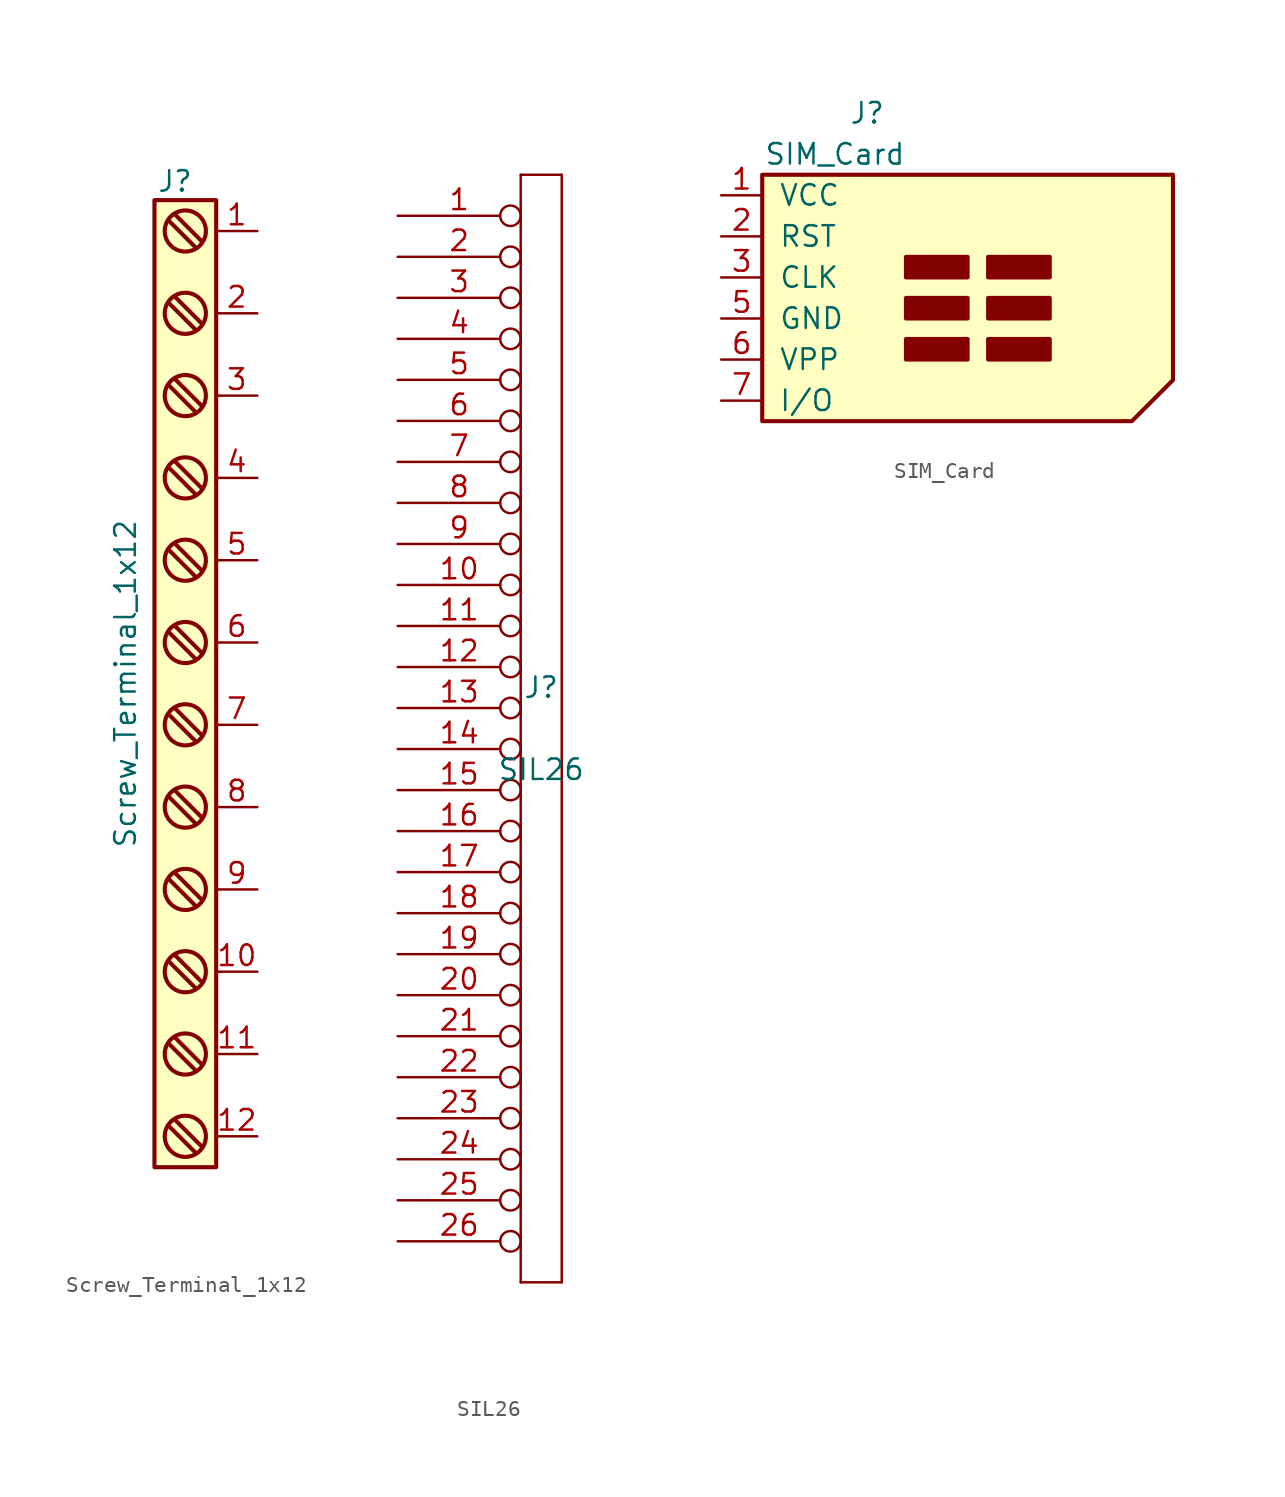
<source format=kicad_sym>
(kicad_symbol_lib
  (version 20211014)
  (generator kicad_symbol_editor)
  (symbol "Screw_Terminal_1x12"
    (pin_names
      (offset 0.762) hide)
    (property "Reference" "J"
      (at 0 31.75 0)
      (effects (font (size 1.27 1.27)) (justify top)))
    (property "Value" "Screw_Terminal_1x12"
      (at -3.81 0 90)
      (effects (font (size 1.27 1.27)) (justify top)))
    (symbol "Screw_Terminal_1x12_0_1"
      (rectangle (start -1.27 -29.845) (end 2.54 29.845) (stroke (width 0.254) (type default) (color 0 0 0 0)) (fill (type background)))
      (polyline (pts (xy -0.381 -17.145) (xy 1.27 -18.796)) (stroke (width 0.254) (type default) (color 0 0 0 0)) (fill (type none)))
      (polyline (pts (xy -0.381 -6.985) (xy 1.27 -8.636)) (stroke (width 0.254) (type default) (color 0 0 0 0)) (fill (type none)))
      (polyline (pts (xy -0.381 3.175) (xy 1.27 1.524)) (stroke (width 0.254) (type default) (color 0 0 0 0)) (fill (type none)))
      (polyline (pts (xy -0.381 13.335) (xy 1.27 11.684)) (stroke (width 0.254) (type default) (color 0 0 0 0)) (fill (type none)))
      (polyline (pts (xy -0.381 23.495) (xy 1.27 21.844)) (stroke (width 0.254) (type default) (color 0 0 0 0)) (fill (type none)))
      (polyline (pts (xy 0 -26.924) (xy 1.651 -28.575)) (stroke (width 0.254) (type default) (color 0 0 0 0)) (fill (type none)))
      (polyline (pts (xy 0 -21.844) (xy 1.651 -23.495)) (stroke (width 0.254) (type default) (color 0 0 0 0)) (fill (type none)))
      (polyline (pts (xy 0 -11.684) (xy 1.651 -13.335)) (stroke (width 0.254) (type default) (color 0 0 0 0)) (fill (type none)))
      (polyline (pts (xy 0 -1.524) (xy 1.651 -3.175)) (stroke (width 0.254) (type default) (color 0 0 0 0)) (fill (type none)))
      (polyline (pts (xy 0 8.636) (xy 1.651 6.985)) (stroke (width 0.254) (type default) (color 0 0 0 0)) (fill (type none)))
      (polyline (pts (xy 0 18.796) (xy 1.651 17.145)) (stroke (width 0.254) (type default) (color 0 0 0 0)) (fill (type none)))
      (polyline (pts (xy 0 28.956) (xy 1.651 27.305)) (stroke (width 0.254) (type default) (color 0 0 0 0)) (fill (type none)))
      (polyline (pts (xy 1.27 -28.956) (xy -0.381 -27.305)) (stroke (width 0.254) (type default) (color 0 0 0 0)) (fill (type none)))
      (polyline (pts (xy 1.27 -23.876) (xy -0.381 -22.225)) (stroke (width 0.254) (type default) (color 0 0 0 0)) (fill (type none)))
      (polyline (pts (xy 1.27 -13.716) (xy -0.381 -12.065)) (stroke (width 0.254) (type default) (color 0 0 0 0)) (fill (type none)))
      (polyline (pts (xy 1.27 -3.556) (xy -0.381 -1.905)) (stroke (width 0.254) (type default) (color 0 0 0 0)) (fill (type none)))
      (polyline (pts (xy 1.27 6.604) (xy -0.381 8.255)) (stroke (width 0.254) (type default) (color 0 0 0 0)) (fill (type none)))
      (polyline (pts (xy 1.27 16.764) (xy -0.381 18.415)) (stroke (width 0.254) (type default) (color 0 0 0 0)) (fill (type none)))
      (polyline (pts (xy 1.27 26.924) (xy -0.381 28.575)) (stroke (width 0.254) (type default) (color 0 0 0 0)) (fill (type none)))
      (polyline (pts (xy 1.651 -18.415) (xy 0 -16.764)) (stroke (width 0.254) (type default) (color 0 0 0 0)) (fill (type none)))
      (polyline (pts (xy 1.651 -8.255) (xy 0 -6.604)) (stroke (width 0.254) (type default) (color 0 0 0 0)) (fill (type none)))
      (polyline (pts (xy 1.651 1.905) (xy 0 3.556)) (stroke (width 0.254) (type default) (color 0 0 0 0)) (fill (type none)))
      (polyline (pts (xy 1.651 12.065) (xy 0 13.716)) (stroke (width 0.254) (type default) (color 0 0 0 0)) (fill (type none)))
      (polyline (pts (xy 1.651 22.225) (xy 0 23.876)) (stroke (width 0.254) (type default) (color 0 0 0 0)) (fill (type none)))
      (circle (center 0.635 -27.94) (radius 1.27) (stroke (width 0.254) (type default) (color 0 0 0 0)) (fill (type none)))
      (circle (center 0.635 -22.86) (radius 1.27) (stroke (width 0.254) (type default) (color 0 0 0 0)) (fill (type none)))
      (circle (center 0.635 -17.78) (radius 1.27) (stroke (width 0.254) (type default) (color 0 0 0 0)) (fill (type none)))
      (circle (center 0.635 -12.7) (radius 1.27) (stroke (width 0.254) (type default) (color 0 0 0 0)) (fill (type none)))
      (circle (center 0.635 -7.62) (radius 1.27) (stroke (width 0.254) (type default) (color 0 0 0 0)) (fill (type none)))
      (circle (center 0.635 -2.54) (radius 1.27) (stroke (width 0.254) (type default) (color 0 0 0 0)) (fill (type none)))
      (circle (center 0.635 2.54) (radius 1.27) (stroke (width 0.254) (type default) (color 0 0 0 0)) (fill (type none)))
      (circle (center 0.635 7.62) (radius 1.27) (stroke (width 0.254) (type default) (color 0 0 0 0)) (fill (type none)))
      (circle (center 0.635 12.7) (radius 1.27) (stroke (width 0.254) (type default) (color 0 0 0 0)) (fill (type none)))
      (circle (center 0.635 17.78) (radius 1.27) (stroke (width 0.254) (type default) (color 0 0 0 0)) (fill (type none)))
      (circle (center 0.635 22.86) (radius 1.27) (stroke (width 0.254) (type default) (color 0 0 0 0)) (fill (type none)))
      (circle (center 0.635 27.94) (radius 1.27) (stroke (width 0.254) (type default) (color 0 0 0 0)) (fill (type none))))
    (symbol "Screw_Terminal_1x12_1_1"
      (pin passive line (at 5.08 27.94 180) (length 2.54) (name "~" (effects (font (size 1.27 1.27)))) (number "1" (effects (font (size 1.27 1.27)))))
      (pin passive line (at 5.08 -17.78 180) (length 2.54) (name "~" (effects (font (size 1.27 1.27)))) (number "10" (effects (font (size 1.27 1.27)))))
      (pin passive line (at 5.08 -22.86 180) (length 2.54) (name "~" (effects (font (size 1.27 1.27)))) (number "11" (effects (font (size 1.27 1.27)))))
      (pin passive line (at 5.08 -27.94 180) (length 2.54) (name "~" (effects (font (size 1.27 1.27)))) (number "12" (effects (font (size 1.27 1.27)))))
      (pin passive line (at 5.08 22.86 180) (length 2.54) (name "~" (effects (font (size 1.27 1.27)))) (number "2" (effects (font (size 1.27 1.27)))))
      (pin passive line (at 5.08 17.78 180) (length 2.54) (name "~" (effects (font (size 1.27 1.27)))) (number "3" (effects (font (size 1.27 1.27)))))
      (pin passive line (at 5.08 12.7 180) (length 2.54) (name "~" (effects (font (size 1.27 1.27)))) (number "4" (effects (font (size 1.27 1.27)))))
      (pin passive line (at 5.08 7.62 180) (length 2.54) (name "~" (effects (font (size 1.27 1.27)))) (number "5" (effects (font (size 1.27 1.27)))))
      (pin passive line (at 5.08 2.54 180) (length 2.54) (name "~" (effects (font (size 1.27 1.27)))) (number "6" (effects (font (size 1.27 1.27)))))
      (pin passive line (at 5.08 -2.54 180) (length 2.54) (name "~" (effects (font (size 1.27 1.27)))) (number "7" (effects (font (size 1.27 1.27)))))
      (pin passive line (at 5.08 -7.62 180) (length 2.54) (name "~" (effects (font (size 1.27 1.27)))) (number "8" (effects (font (size 1.27 1.27)))))
      (pin passive line (at 5.08 -12.7 180) (length 2.54) (name "~" (effects (font (size 1.27 1.27)))) (number "9" (effects (font (size 1.27 1.27)))))))
  (symbol "SIL26"
    (pin_names
      (offset 1.016) hide)
    (property "Reference" "J"
      (at 0 2.54 0)
      (effects (font (size 1.27 1.27))))
    (property "Value" "SIL26"
      (at 0 -2.54 0)
      (effects (font (size 1.27 1.27))))
    (symbol "SIL26_0_1"
      (polyline (pts (xy -1.27 -34.29) (xy 1.27 -34.29)) (stroke (width 0) (type default) (color 0 0 0 0)) (fill (type none)))
      (polyline (pts (xy -1.27 34.29) (xy -1.27 -34.29)) (stroke (width 0) (type default) (color 0 0 0 0)) (fill (type none)))
      (polyline (pts (xy 1.27 -34.29) (xy 1.27 34.29)) (stroke (width 0) (type default) (color 0 0 0 0)) (fill (type none)))
      (polyline (pts (xy 1.27 34.29) (xy -1.27 34.29)) (stroke (width 0) (type default) (color 0 0 0 0)) (fill (type none))))
    (symbol "SIL26_1_1"
      (pin passive inverted (at -8.89 31.75 0) (length 7.62) (name "1" (effects (font (size 1.27 1.27)))) (number "1" (effects (font (size 1.27 1.27)))))
      (pin passive inverted (at -8.89 8.89 0) (length 7.62) (name "10" (effects (font (size 1.27 1.27)))) (number "10" (effects (font (size 1.27 1.27)))))
      (pin passive inverted (at -8.89 6.35 0) (length 7.62) (name "11" (effects (font (size 1.27 1.27)))) (number "11" (effects (font (size 1.27 1.27)))))
      (pin passive inverted (at -8.89 3.81 0) (length 7.62) (name "12" (effects (font (size 1.27 1.27)))) (number "12" (effects (font (size 1.27 1.27)))))
      (pin passive inverted (at -8.89 1.27 0) (length 7.62) (name "13" (effects (font (size 1.27 1.27)))) (number "13" (effects (font (size 1.27 1.27)))))
      (pin passive inverted (at -8.89 -1.27 0) (length 7.62) (name "14" (effects (font (size 1.27 1.27)))) (number "14" (effects (font (size 1.27 1.27)))))
      (pin passive inverted (at -8.89 -3.81 0) (length 7.62) (name "15" (effects (font (size 1.27 1.27)))) (number "15" (effects (font (size 1.27 1.27)))))
      (pin passive inverted (at -8.89 -6.35 0) (length 7.62) (name "16" (effects (font (size 1.27 1.27)))) (number "16" (effects (font (size 1.27 1.27)))))
      (pin passive inverted (at -8.89 -8.89 0) (length 7.62) (name "17" (effects (font (size 1.27 1.27)))) (number "17" (effects (font (size 1.27 1.27)))))
      (pin passive inverted (at -8.89 -11.43 0) (length 7.62) (name "18" (effects (font (size 1.27 1.27)))) (number "18" (effects (font (size 1.27 1.27)))))
      (pin passive inverted (at -8.89 -13.97 0) (length 7.62) (name "19" (effects (font (size 1.27 1.27)))) (number "19" (effects (font (size 1.27 1.27)))))
      (pin passive inverted (at -8.89 29.21 0) (length 7.62) (name "2" (effects (font (size 1.27 1.27)))) (number "2" (effects (font (size 1.27 1.27)))))
      (pin passive inverted (at -8.89 -16.51 0) (length 7.62) (name "20" (effects (font (size 1.27 1.27)))) (number "20" (effects (font (size 1.27 1.27)))))
      (pin passive inverted (at -8.89 -19.05 0) (length 7.62) (name "21" (effects (font (size 1.27 1.27)))) (number "21" (effects (font (size 1.27 1.27)))))
      (pin passive inverted (at -8.89 -21.59 0) (length 7.62) (name "22" (effects (font (size 1.27 1.27)))) (number "22" (effects (font (size 1.27 1.27)))))
      (pin passive inverted (at -8.89 -24.13 0) (length 7.62) (name "23" (effects (font (size 1.27 1.27)))) (number "23" (effects (font (size 1.27 1.27)))))
      (pin passive inverted (at -8.89 -26.67 0) (length 7.62) (name "24" (effects (font (size 1.27 1.27)))) (number "24" (effects (font (size 1.27 1.27)))))
      (pin passive inverted (at -8.89 -29.21 0) (length 7.62) (name "25" (effects (font (size 1.27 1.27)))) (number "25" (effects (font (size 1.27 1.27)))))
      (pin passive inverted (at -8.89 -31.75 0) (length 7.62) (name "26" (effects (font (size 1.27 1.27)))) (number "26" (effects (font (size 1.27 1.27)))))
      (pin passive inverted (at -8.89 26.67 0) (length 7.62) (name "3" (effects (font (size 1.27 1.27)))) (number "3" (effects (font (size 1.27 1.27)))))
      (pin passive inverted (at -8.89 24.13 0) (length 7.62) (name "4" (effects (font (size 1.27 1.27)))) (number "4" (effects (font (size 1.27 1.27)))))
      (pin passive inverted (at -8.89 21.59 0) (length 7.62) (name "5" (effects (font (size 1.27 1.27)))) (number "5" (effects (font (size 1.27 1.27)))))
      (pin passive inverted (at -8.89 19.05 0) (length 7.62) (name "6" (effects (font (size 1.27 1.27)))) (number "6" (effects (font (size 1.27 1.27)))))
      (pin passive inverted (at -8.89 16.51 0) (length 7.62) (name "7" (effects (font (size 1.27 1.27)))) (number "7" (effects (font (size 1.27 1.27)))))
      (pin passive inverted (at -8.89 13.97 0) (length 7.62) (name "8" (effects (font (size 1.27 1.27)))) (number "8" (effects (font (size 1.27 1.27)))))
      (pin passive inverted (at -8.89 11.43 0) (length 7.62) (name "9" (effects (font (size 1.27 1.27)))) (number "9" (effects (font (size 1.27 1.27)))))))
  (symbol "SIM_Card"
    (pin_names
      (offset 1.016))
    (property "Reference" "J"
      (at -2.54 12.7 0)
      (effects (font (size 1.27 1.27)) (justify right)))
    (property "Value" "SIM_Card"
      (at -1.27 10.16 0)
      (effects (font (size 1.27 1.27)) (justify right)))
    (property "Footprint" ""
      (at 0 8.89 0)
      (effects (font (size 1.27 1.27))))
    (property "Datasheet" ""
      (at -1.27 0 0)
      (effects (font (size 1.27 1.27))))
    (symbol "SIM_Card_0_1"
      (rectangle (start -1.27 -2.54) (end 2.54 -1.27) (stroke (width 0.254) (type default) (color 0 0 0 0)) (fill (type outline)))
      (rectangle (start -1.27 0) (end 2.54 1.27) (stroke (width 0.254) (type default) (color 0 0 0 0)) (fill (type outline)))
      (rectangle (start -1.27 2.54) (end 2.54 3.81) (stroke (width 0.254) (type default) (color 0 0 0 0)) (fill (type outline)))
      (polyline (pts (xy -10.16 8.89) (xy 15.24 8.89) (xy 15.24 -3.81) (xy 12.7 -6.35) (xy -10.16 -6.35) (xy -10.16 8.89)) (stroke (width 0.254) (type default) (color 0 0 0 0)) (fill (type background)))
      (rectangle (start 3.81 -1.27) (end 7.62 -2.54) (stroke (width 0.254) (type default) (color 0 0 0 0)) (fill (type outline)))
      (rectangle (start 3.81 0) (end 7.62 1.27) (stroke (width 0.254) (type default) (color 0 0 0 0)) (fill (type outline)))
      (rectangle (start 3.81 2.54) (end 7.62 3.81) (stroke (width 0.254) (type default) (color 0 0 0 0)) (fill (type outline))))
    (symbol "SIM_Card_1_1"
      (pin power_in line (at -12.7 7.62 0) (length 2.54) (name "VCC" (effects (font (size 1.27 1.27)))) (number "1" (effects (font (size 1.27 1.27)))))
      (pin input line (at -12.7 5.08 0) (length 2.54) (name "RST" (effects (font (size 1.27 1.27)))) (number "2" (effects (font (size 1.27 1.27)))))
      (pin input line (at -12.7 2.54 0) (length 2.54) (name "CLK" (effects (font (size 1.27 1.27)))) (number "3" (effects (font (size 1.27 1.27)))))
      (pin power_in line (at -12.7 0 0) (length 2.54) (name "GND" (effects (font (size 1.27 1.27)))) (number "5" (effects (font (size 1.27 1.27)))))
      (pin input line (at -12.7 -2.54 0) (length 2.54) (name "VPP" (effects (font (size 1.27 1.27)))) (number "6" (effects (font (size 1.27 1.27)))))
      (pin bidirectional line (at -12.7 -5.08 0) (length 2.54) (name "I/O" (effects (font (size 1.27 1.27)))) (number "7" (effects (font (size 1.27 1.27))))))))
</source>
